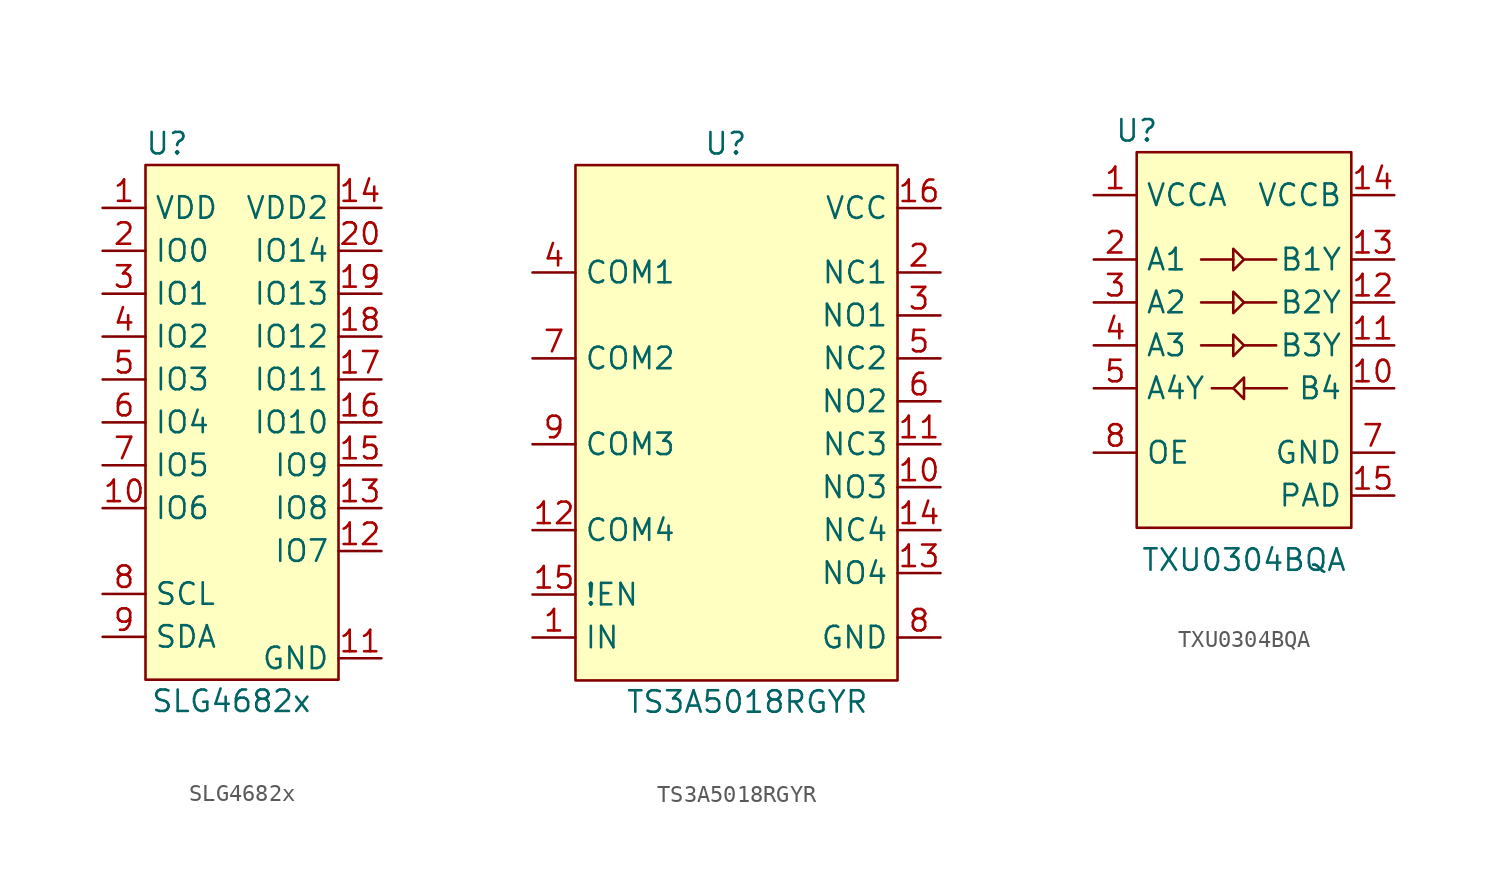
<source format=kicad_sym>
(kicad_symbol_lib
  (version 20211014)
  (generator kicad_symbol_editor)
  (symbol "SLG4682x"
    (property "Reference" "U"
      (at 1.27 1.27 0)
      (effects (font (size 1.27 1.27))))
    (property "Value" "SLG4682x"
      (at 5.08 -31.75 0)
      (effects (font (size 1.27 1.27))))
    (symbol "SLG4682x_0_1"
      (rectangle (start 0 0) (end 11.43 -30.48) (stroke (width 0) (type default) (color 0 0 0 0)) (fill (type background))))
    (symbol "SLG4682x_1_1"
      (pin power_in line (at -2.54 -2.54 0) (length 2.54) (name "VDD" (effects (font (size 1.27 1.27)))) (number "1" (effects (font (size 1.27 1.27)))))
      (pin bidirectional line (at -2.54 -20.32 0) (length 2.54) (name "IO6" (effects (font (size 1.27 1.27)))) (number "10" (effects (font (size 1.27 1.27)))))
      (pin power_in line (at 13.97 -29.21 180) (length 2.54) (name "GND" (effects (font (size 1.27 1.27)))) (number "11" (effects (font (size 1.27 1.27)))))
      (pin bidirectional line (at 13.97 -22.86 180) (length 2.54) (name "IO7" (effects (font (size 1.27 1.27)))) (number "12" (effects (font (size 1.27 1.27)))))
      (pin bidirectional line (at 13.97 -20.32 180) (length 2.54) (name "IO8" (effects (font (size 1.27 1.27)))) (number "13" (effects (font (size 1.27 1.27)))))
      (pin power_in line (at 13.97 -2.54 180) (length 2.54) (name "VDD2" (effects (font (size 1.27 1.27)))) (number "14" (effects (font (size 1.27 1.27)))))
      (pin bidirectional line (at 13.97 -17.78 180) (length 2.54) (name "IO9" (effects (font (size 1.27 1.27)))) (number "15" (effects (font (size 1.27 1.27)))))
      (pin bidirectional line (at 13.97 -15.24 180) (length 2.54) (name "IO10" (effects (font (size 1.27 1.27)))) (number "16" (effects (font (size 1.27 1.27)))))
      (pin bidirectional line (at 13.97 -12.7 180) (length 2.54) (name "IO11" (effects (font (size 1.27 1.27)))) (number "17" (effects (font (size 1.27 1.27)))))
      (pin bidirectional line (at 13.97 -10.16 180) (length 2.54) (name "IO12" (effects (font (size 1.27 1.27)))) (number "18" (effects (font (size 1.27 1.27)))))
      (pin bidirectional line (at 13.97 -7.62 180) (length 2.54) (name "IO13" (effects (font (size 1.27 1.27)))) (number "19" (effects (font (size 1.27 1.27)))))
      (pin bidirectional line (at -2.54 -5.08 0) (length 2.54) (name "IO0" (effects (font (size 1.27 1.27)))) (number "2" (effects (font (size 1.27 1.27)))))
      (pin bidirectional line (at 13.97 -5.08 180) (length 2.54) (name "IO14" (effects (font (size 1.27 1.27)))) (number "20" (effects (font (size 1.27 1.27)))))
      (pin bidirectional line (at -2.54 -7.62 0) (length 2.54) (name "IO1" (effects (font (size 1.27 1.27)))) (number "3" (effects (font (size 1.27 1.27)))))
      (pin bidirectional line (at -2.54 -10.16 0) (length 2.54) (name "IO2" (effects (font (size 1.27 1.27)))) (number "4" (effects (font (size 1.27 1.27)))))
      (pin bidirectional line (at -2.54 -12.7 0) (length 2.54) (name "IO3" (effects (font (size 1.27 1.27)))) (number "5" (effects (font (size 1.27 1.27)))))
      (pin bidirectional line (at -2.54 -15.24 0) (length 2.54) (name "IO4" (effects (font (size 1.27 1.27)))) (number "6" (effects (font (size 1.27 1.27)))))
      (pin bidirectional line (at -2.54 -17.78 0) (length 2.54) (name "IO5" (effects (font (size 1.27 1.27)))) (number "7" (effects (font (size 1.27 1.27)))))
      (pin bidirectional line (at -2.54 -25.4 0) (length 2.54) (name "SCL" (effects (font (size 1.27 1.27)))) (number "8" (effects (font (size 1.27 1.27)))))
      (pin bidirectional line (at -2.54 -27.94 0) (length 2.54) (name "SDA" (effects (font (size 1.27 1.27)))) (number "9" (effects (font (size 1.27 1.27)))))))
  (symbol "TS3A5018RGYR"
    (property "Reference" "U"
      (at 8.89 1.27 0)
      (effects (font (size 1.27 1.27))))
    (property "Value" "TS3A5018RGYR"
      (at 10.16 -31.75 0)
      (effects (font (size 1.27 1.27))))
    (symbol "TS3A5018RGYR_0_1"
      (rectangle (start 0 0) (end 19.05 -30.48) (stroke (width 0) (type default) (color 0 0 0 0)) (fill (type background))))
    (symbol "TS3A5018RGYR_1_1"
      (pin input line (at -2.54 -27.94 0) (length 2.54) (name "IN" (effects (font (size 1.27 1.27)))) (number "1" (effects (font (size 1.27 1.27)))))
      (pin passive line (at 21.59 -19.05 180) (length 2.54) (name "NO3" (effects (font (size 1.27 1.27)))) (number "10" (effects (font (size 1.27 1.27)))))
      (pin passive line (at 21.59 -16.51 180) (length 2.54) (name "NC3" (effects (font (size 1.27 1.27)))) (number "11" (effects (font (size 1.27 1.27)))))
      (pin passive line (at -2.54 -21.59 0) (length 2.54) (name "COM4" (effects (font (size 1.27 1.27)))) (number "12" (effects (font (size 1.27 1.27)))))
      (pin passive line (at 21.59 -24.13 180) (length 2.54) (name "NO4" (effects (font (size 1.27 1.27)))) (number "13" (effects (font (size 1.27 1.27)))))
      (pin passive line (at 21.59 -21.59 180) (length 2.54) (name "NC4" (effects (font (size 1.27 1.27)))) (number "14" (effects (font (size 1.27 1.27)))))
      (pin input line (at -2.54 -25.4 0) (length 2.54) (name "!EN" (effects (font (size 1.27 1.27)))) (number "15" (effects (font (size 1.27 1.27)))))
      (pin power_in line (at 21.59 -2.54 180) (length 2.54) (name "VCC" (effects (font (size 1.27 1.27)))) (number "16" (effects (font (size 1.27 1.27)))))
      (pin passive line (at 21.59 -6.35 180) (length 2.54) (name "NC1" (effects (font (size 1.27 1.27)))) (number "2" (effects (font (size 1.27 1.27)))))
      (pin passive line (at 21.59 -8.89 180) (length 2.54) (name "NO1" (effects (font (size 1.27 1.27)))) (number "3" (effects (font (size 1.27 1.27)))))
      (pin passive line (at -2.54 -6.35 0) (length 2.54) (name "COM1" (effects (font (size 1.27 1.27)))) (number "4" (effects (font (size 1.27 1.27)))))
      (pin passive line (at 21.59 -11.43 180) (length 2.54) (name "NC2" (effects (font (size 1.27 1.27)))) (number "5" (effects (font (size 1.27 1.27)))))
      (pin passive line (at 21.59 -13.97 180) (length 2.54) (name "NO2" (effects (font (size 1.27 1.27)))) (number "6" (effects (font (size 1.27 1.27)))))
      (pin passive line (at -2.54 -11.43 0) (length 2.54) (name "COM2" (effects (font (size 1.27 1.27)))) (number "7" (effects (font (size 1.27 1.27)))))
      (pin power_in line (at 21.59 -27.94 180) (length 2.54) (name "GND" (effects (font (size 1.27 1.27)))) (number "8" (effects (font (size 1.27 1.27)))))
      (pin passive line (at -2.54 -16.51 0) (length 2.54) (name "COM3" (effects (font (size 1.27 1.27)))) (number "9" (effects (font (size 1.27 1.27)))))))
  (symbol "TXU0304BQA"
    (property "Reference" "U"
      (at 0 1.27 0)
      (effects (font (size 1.27 1.27))))
    (property "Value" "TXU0304BQA"
      (at 6.35 -24.13 0)
      (effects (font (size 1.27 1.27))))
    (symbol "TXU0304BQA_0_1"
      (polyline (pts (xy 5.715 -13.97) (xy 4.445 -13.97)) (stroke (width 0) (type default) (color 0 0 0 0)) (fill (type none)))
      (polyline (pts (xy 5.715 -11.43) (xy 3.81 -11.43)) (stroke (width 0) (type default) (color 0 0 0 0)) (fill (type none)))
      (polyline (pts (xy 5.715 -8.89) (xy 3.81 -8.89)) (stroke (width 0) (type default) (color 0 0 0 0)) (fill (type none)))
      (polyline (pts (xy 5.715 -6.35) (xy 3.81 -6.35)) (stroke (width 0) (type default) (color 0 0 0 0)) (fill (type none)))
      (polyline (pts (xy 6.35 -13.97) (xy 8.89 -13.97)) (stroke (width 0) (type default) (color 0 0 0 0)) (fill (type none)))
      (polyline (pts (xy 6.35 -11.43) (xy 8.255 -11.43)) (stroke (width 0) (type default) (color 0 0 0 0)) (fill (type none)))
      (polyline (pts (xy 6.35 -8.89) (xy 8.255 -8.89)) (stroke (width 0) (type default) (color 0 0 0 0)) (fill (type none)))
      (polyline (pts (xy 6.35 -6.35) (xy 8.255 -6.35)) (stroke (width 0) (type default) (color 0 0 0 0)) (fill (type none)))
      (polyline (pts (xy 5.715 -10.795) (xy 5.715 -12.065) (xy 6.35 -11.43) (xy 5.715 -10.795)) (stroke (width 0) (type default) (color 0 0 0 0)) (fill (type none)))
      (polyline (pts (xy 5.715 -8.255) (xy 5.715 -9.525) (xy 6.35 -8.89) (xy 5.715 -8.255)) (stroke (width 0) (type default) (color 0 0 0 0)) (fill (type none)))
      (polyline (pts (xy 5.715 -5.715) (xy 5.715 -6.985) (xy 6.35 -6.35) (xy 5.715 -5.715)) (stroke (width 0) (type default) (color 0 0 0 0)) (fill (type none)))
      (polyline (pts (xy 6.35 -13.335) (xy 6.35 -14.605) (xy 5.715 -13.97) (xy 6.35 -13.335)) (stroke (width 0) (type default) (color 0 0 0 0)) (fill (type none)))
      (rectangle (start 0 0) (end 12.7 -22.225) (stroke (width 0) (type default) (color 0 0 0 0)) (fill (type background))))
    (symbol "TXU0304BQA_1_1"
      (pin power_in line (at -2.54 -2.54 0) (length 2.54) (name "VCCA" (effects (font (size 1.27 1.27)))) (number "1" (effects (font (size 1.27 1.27)))))
      (pin input line (at 15.24 -13.97 180) (length 2.54) (name "B4" (effects (font (size 1.27 1.27)))) (number "10" (effects (font (size 1.27 1.27)))))
      (pin output line (at 15.24 -11.43 180) (length 2.54) (name "B3Y" (effects (font (size 1.27 1.27)))) (number "11" (effects (font (size 1.27 1.27)))))
      (pin output line (at 15.24 -8.89 180) (length 2.54) (name "B2Y" (effects (font (size 1.27 1.27)))) (number "12" (effects (font (size 1.27 1.27)))))
      (pin output line (at 15.24 -6.35 180) (length 2.54) (name "B1Y" (effects (font (size 1.27 1.27)))) (number "13" (effects (font (size 1.27 1.27)))))
      (pin power_in line (at 15.24 -2.54 180) (length 2.54) (name "VCCB" (effects (font (size 1.27 1.27)))) (number "14" (effects (font (size 1.27 1.27)))))
      (pin power_in line (at 15.24 -20.32 180) (length 2.54) (name "PAD" (effects (font (size 1.27 1.27)))) (number "15" (effects (font (size 1.27 1.27)))))
      (pin input line (at -2.54 -6.35 0) (length 2.54) (name "A1" (effects (font (size 1.27 1.27)))) (number "2" (effects (font (size 1.27 1.27)))))
      (pin input line (at -2.54 -8.89 0) (length 2.54) (name "A2" (effects (font (size 1.27 1.27)))) (number "3" (effects (font (size 1.27 1.27)))))
      (pin input line (at -2.54 -11.43 0) (length 2.54) (name "A3" (effects (font (size 1.27 1.27)))) (number "4" (effects (font (size 1.27 1.27)))))
      (pin output line (at -2.54 -13.97 0) (length 2.54) (name "A4Y" (effects (font (size 1.27 1.27)))) (number "5" (effects (font (size 1.27 1.27)))))
      (pin power_in line (at 15.24 -17.78 180) (length 2.54) (name "GND" (effects (font (size 1.27 1.27)))) (number "7" (effects (font (size 1.27 1.27)))))
      (pin input line (at -2.54 -17.78 0) (length 2.54) (name "OE" (effects (font (size 1.27 1.27)))) (number "8" (effects (font (size 1.27 1.27))))))))
</source>
